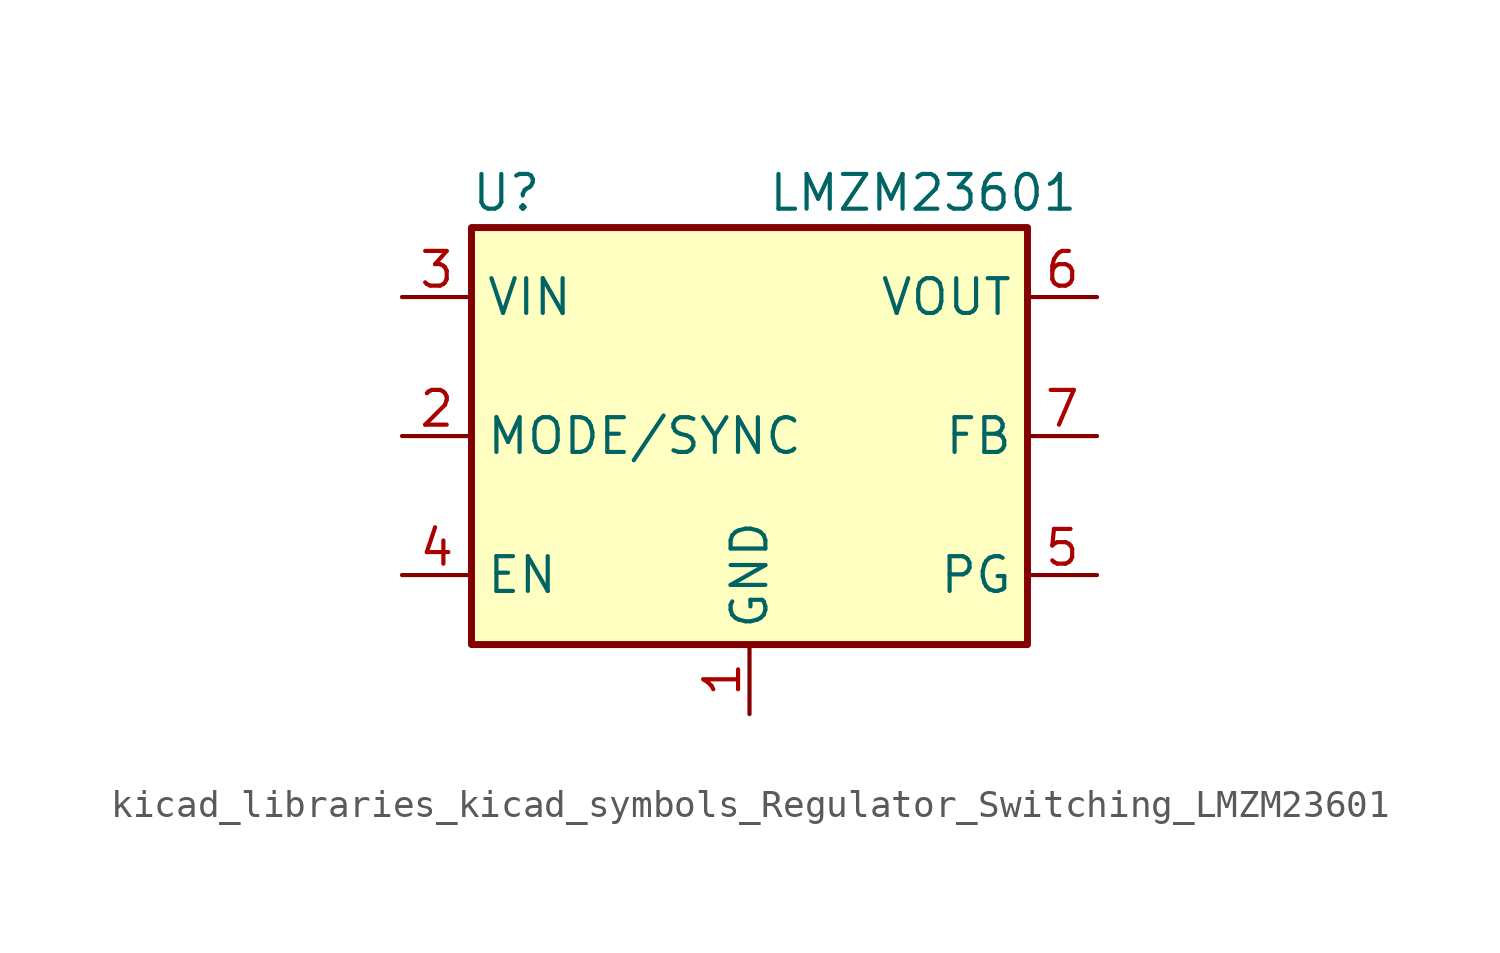
<source format=kicad_sym>
(kicad_symbol_lib
  (version 20220914)
  (generator kicad_symbol_editor)
  (symbol "kicad_libraries_kicad_symbols_Regulator_Switching_LMZM23601"
    (property "Reference" "U"
      (at -8.89 8.89 0)
      (effects (font (size 1.27 1.27))))
    (property "Value" "LMZM23601"
      (at 6.35 8.89 0)
      (effects (font (size 1.27 1.27))))
    (symbol "kicad_libraries_kicad_symbols_Regulator_Switching_LMZM23601_0_1"
      (rectangle (start -10.16 7.62) (end 10.16 -7.62) (stroke (width 0.254) (type default)) (fill (type background))))
    (symbol "kicad_libraries_kicad_symbols_Regulator_Switching_LMZM23601_1_1"
      (pin power_in line (at 0 -10.16 90) (length 2.54) (name "GND" (effects (font (size 1.27 1.27)))) (number "1" (effects (font (size 1.27 1.27)))))
      (pin no_connect line (at -2.54 -7.62 90) (length 2.54) hide (name "~" (effects (font (size 1.27 1.27)))) (number "10" (effects (font (size 1.27 1.27)))))
      (pin passive line (at 0 -10.16 90) (length 2.54) hide (name "GND" (effects (font (size 1.27 1.27)))) (number "11" (effects (font (size 1.27 1.27)))))
      (pin input line (at -12.7 0 0) (length 2.54) (name "MODE/SYNC" (effects (font (size 1.27 1.27)))) (number "2" (effects (font (size 1.27 1.27)))))
      (pin power_in line (at -12.7 5.08 0) (length 2.54) (name "VIN" (effects (font (size 1.27 1.27)))) (number "3" (effects (font (size 1.27 1.27)))))
      (pin input line (at -12.7 -5.08 0) (length 2.54) (name "EN" (effects (font (size 1.27 1.27)))) (number "4" (effects (font (size 1.27 1.27)))))
      (pin open_collector line (at 12.7 -5.08 180) (length 2.54) (name "PG" (effects (font (size 1.27 1.27)))) (number "5" (effects (font (size 1.27 1.27)))))
      (pin power_out line (at 12.7 5.08 180) (length 2.54) (name "VOUT" (effects (font (size 1.27 1.27)))) (number "6" (effects (font (size 1.27 1.27)))))
      (pin input line (at 12.7 0 180) (length 2.54) (name "FB" (effects (font (size 1.27 1.27)))) (number "7" (effects (font (size 1.27 1.27)))))
      (pin no_connect line (at 5.08 -7.62 90) (length 2.54) hide (name "~" (effects (font (size 1.27 1.27)))) (number "8" (effects (font (size 1.27 1.27)))))
      (pin no_connect line (at 2.54 -7.62 90) (length 2.54) hide (name "~" (effects (font (size 1.27 1.27)))) (number "9" (effects (font (size 1.27 1.27))))))))
</source>
